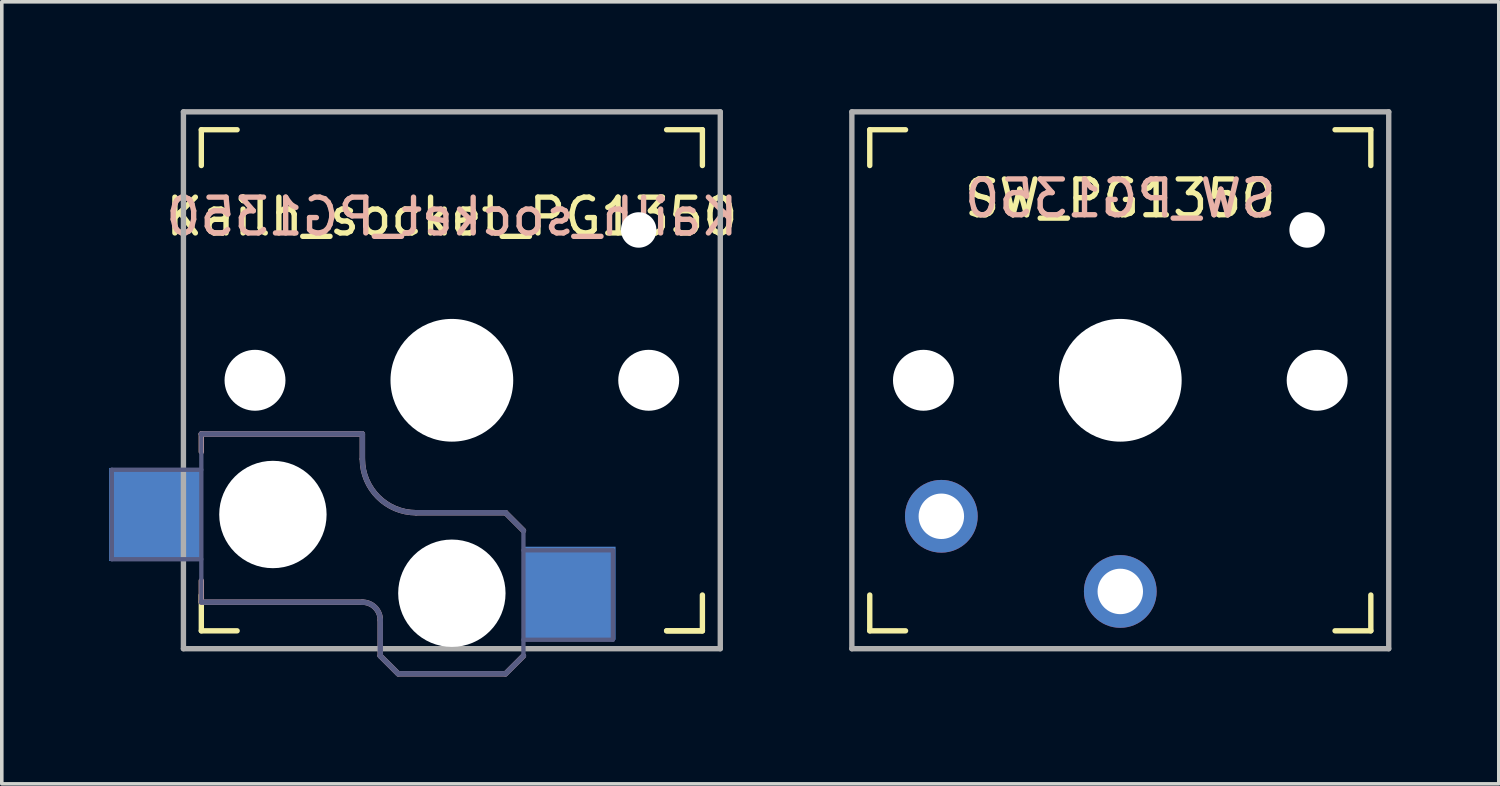
<source format=kicad_pcb>
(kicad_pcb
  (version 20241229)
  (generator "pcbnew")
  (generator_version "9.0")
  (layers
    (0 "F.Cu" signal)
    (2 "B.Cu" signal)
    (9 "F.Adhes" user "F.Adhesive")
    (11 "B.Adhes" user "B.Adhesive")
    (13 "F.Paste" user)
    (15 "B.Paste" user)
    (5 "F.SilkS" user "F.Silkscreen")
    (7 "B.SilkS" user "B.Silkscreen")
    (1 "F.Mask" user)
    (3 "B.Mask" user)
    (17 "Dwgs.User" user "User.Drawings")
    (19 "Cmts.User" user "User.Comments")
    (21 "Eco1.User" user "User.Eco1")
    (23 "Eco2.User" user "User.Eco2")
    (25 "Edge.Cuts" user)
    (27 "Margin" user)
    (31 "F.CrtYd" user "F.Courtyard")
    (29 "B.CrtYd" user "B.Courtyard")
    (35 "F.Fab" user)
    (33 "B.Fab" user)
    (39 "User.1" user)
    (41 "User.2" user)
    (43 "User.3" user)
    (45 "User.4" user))
  (footprint "SW_PG1350"
    (layer "F.Cu")
    (at 28.251 7.575)
    (property "Reference" "SW_PG1350" (at 0 -5.08 0) (layer "F.SilkS") (effects (font (size 1 1) (thickness 0.15))))
    (attr through_hole)
    (fp_line (start -7 -6) (end -7 -7) (stroke (width 0.15) (type solid)) (layer "F.SilkS"))
    (fp_line (start -7 7) (end -7 6) (stroke (width 0.15) (type solid)) (layer "F.SilkS"))
    (fp_line (start -7 7) (end -6 7) (stroke (width 0.15) (type solid)) (layer "F.SilkS"))
    (fp_line (start -6 -7) (end -7 -7) (stroke (width 0.15) (type solid)) (layer "F.SilkS"))
    (fp_line (start 6 7) (end 7 7) (stroke (width 0.15) (type solid)) (layer "F.SilkS"))
    (fp_line (start 7 -7) (end 6 -7) (stroke (width 0.15) (type solid)) (layer "F.SilkS"))
    (fp_line (start 7 -7) (end 7 -6) (stroke (width 0.15) (type solid)) (layer "F.SilkS"))
    (fp_line (start 7 6) (end 7 7) (stroke (width 0.15) (type solid)) (layer "F.SilkS"))
    (fp_line (start -6.9 6.9) (end -6.9 -6.9) (stroke (width 0.15) (type solid)) (layer "Eco2.User"))
    (fp_line (start -6.9 6.9) (end 6.9 6.9) (stroke (width 0.15) (type solid)) (layer "Eco2.User"))
    (fp_line (start -2.6 -3.1) (end -2.6 -6.3) (stroke (width 0.15) (type solid)) (layer "Eco2.User"))
    (fp_line (start -2.6 -3.1) (end 2.6 -3.1) (stroke (width 0.15) (type solid)) (layer "Eco2.User"))
    (fp_line (start 2.6 -6.3) (end -2.6 -6.3) (stroke (width 0.15) (type solid)) (layer "Eco2.User"))
    (fp_line (start 2.6 -3.1) (end 2.6 -6.3) (stroke (width 0.15) (type solid)) (layer "Eco2.User"))
    (fp_line (start 6.9 -6.9) (end -6.9 -6.9) (stroke (width 0.15) (type solid)) (layer "Eco2.User"))
    (fp_line (start 6.9 -6.9) (end 6.9 6.9) (stroke (width 0.15) (type solid)) (layer "Eco2.User"))
    (fp_line (start -7.5 -7.5) (end 7.5 -7.5) (stroke (width 0.15) (type solid)) (layer "F.Fab"))
    (fp_line (start -7.5 7.5) (end -7.5 -7.5) (stroke (width 0.15) (type solid)) (layer "F.Fab"))
    (fp_line (start 7.5 -7.5) (end 7.5 7.5) (stroke (width 0.15) (type solid)) (layer "F.Fab"))
    (fp_line (start 7.5 7.5) (end -7.5 7.5) (stroke (width 0.15) (type solid)) (layer "F.Fab"))
    (fp_text user "${REFERENCE}" (at 0 -5.08 0) (layer "B.SilkS") (effects (font (size 1 1) (thickness 0.15)) (justify mirror)))
    (pad "" np_thru_hole circle (at -5.5 0) (size 1.702 1.702) (drill 1.702) (layers "*.Cu" "*.Mask"))
    (pad "" np_thru_hole circle (at 0 0) (size 3.429 3.429) (drill 3.429) (layers "*.Cu" "*.Mask"))
    (pad "" np_thru_hole circle (at 5.22 -4.2) (size 0.991 0.991) (drill 0.991) (layers "*.Cu" "*.Mask"))
    (pad "" np_thru_hole circle (at 5.5 0) (size 1.702 1.702) (drill 1.702) (layers "*.Cu" "*.Mask"))
    (pad "1" thru_hole circle (at 0 5.9) (size 2.032 2.032) (drill 1.27) (layers "*.Cu" "*.Mask"))
    (pad "2" thru_hole circle (at -5 3.8) (size 2.032 2.032) (drill 1.27) (layers "*.Cu" "*.Mask")))
  (footprint "Kailh_socket_PG1350"
    (layer "F.Cu")
    (at 9.575 7.575)
    (property "Reference" "Kailh_socket_PG1350" (at 0 -4.572 0) (layer "F.SilkS") (effects (font (size 1 1) (thickness 0.15))))
    (attr smd)
    (fp_line (start -7 -6) (end -7 -7) (stroke (width 0.15) (type solid)) (layer "F.SilkS"))
    (fp_line (start -7 7) (end -7 6) (stroke (width 0.15) (type solid)) (layer "F.SilkS"))
    (fp_line (start -7 7) (end -6 7) (stroke (width 0.15) (type solid)) (layer "F.SilkS"))
    (fp_line (start -6 -7) (end -7 -7) (stroke (width 0.15) (type solid)) (layer "F.SilkS"))
    (fp_line (start 6 7) (end 7 7) (stroke (width 0.15) (type solid)) (layer "F.SilkS"))
    (fp_line (start 7 -7) (end 6 -7) (stroke (width 0.15) (type solid)) (layer "F.SilkS"))
    (fp_line (start 7 -7) (end 7 -6) (stroke (width 0.15) (type solid)) (layer "F.SilkS"))
    (fp_line (start 7 6) (end 7 7) (stroke (width 0.15) (type solid)) (layer "F.SilkS"))
    (fp_line (start 7 7) (end 6 7) (stroke (width 0.15) (type solid)) (layer "F.SilkS"))
    (fp_line (start -7 1.5) (end -7 2) (stroke (width 0.15) (type solid)) (layer "B.SilkS"))
    (fp_line (start -7 5.6) (end -7 6.2) (stroke (width 0.15) (type solid)) (layer "B.SilkS"))
    (fp_line (start -7 6.2) (end -2.5 6.2) (stroke (width 0.15) (type solid)) (layer "B.SilkS"))
    (fp_line (start -2.5 1.5) (end -7 1.5) (stroke (width 0.15) (type solid)) (layer "B.SilkS"))
    (fp_line (start -2.5 2.2) (end -2.5 1.5) (stroke (width 0.15) (type solid)) (layer "B.SilkS"))
    (fp_line (start -2 6.7) (end -2 7.7) (stroke (width 0.15) (type solid)) (layer "B.SilkS"))
    (fp_line (start -1.5 8.2) (end -2 7.7) (stroke (width 0.15) (type solid)) (layer "B.SilkS"))
    (fp_line (start 1.5 3.7) (end -1 3.7) (stroke (width 0.15) (type solid)) (layer "B.SilkS"))
    (fp_line (start 1.5 8.2) (end -1.5 8.2) (stroke (width 0.15) (type solid)) (layer "B.SilkS"))
    (fp_line (start 2 4.2) (end 1.5 3.7) (stroke (width 0.15) (type solid)) (layer "B.SilkS"))
    (fp_line (start 2 7.7) (end 1.5 8.2) (stroke (width 0.15) (type solid)) (layer "B.SilkS"))
    (fp_arc (start -2.5 6.2) (mid -2.146447 6.346447) (end -2 6.7) (stroke (width 0.15) (type solid)) (layer "B.SilkS"))
    (fp_arc (start -1 3.7) (mid -2.06066 3.26066) (end -2.5 2.2) (stroke (width 0.15) (type solid)) (layer "B.SilkS"))
    (fp_line (start -6.9 6.9) (end -6.9 -6.9) (stroke (width 0.15) (type solid)) (layer "Eco2.User"))
    (fp_line (start -6.9 6.9) (end 6.9 6.9) (stroke (width 0.15) (type solid)) (layer "Eco2.User"))
    (fp_line (start -2.6 -3.1) (end -2.6 -6.3) (stroke (width 0.15) (type solid)) (layer "Eco2.User"))
    (fp_line (start -2.6 -3.1) (end 2.6 -3.1) (stroke (width 0.15) (type solid)) (layer "Eco2.User"))
    (fp_line (start 2.6 -6.3) (end -2.6 -6.3) (stroke (width 0.15) (type solid)) (layer "Eco2.User"))
    (fp_line (start 2.6 -3.1) (end 2.6 -6.3) (stroke (width 0.15) (type solid)) (layer "Eco2.User"))
    (fp_line (start 6.9 -6.9) (end -6.9 -6.9) (stroke (width 0.15) (type solid)) (layer "Eco2.User"))
    (fp_line (start 6.9 -6.9) (end 6.9 6.9) (stroke (width 0.15) (type solid)) (layer "Eco2.User"))
    (fp_line (start -9.5 2.5) (end -7 2.5) (stroke (width 0.12) (type solid)) (layer "B.Fab"))
    (fp_line (start -9.5 5) (end -9.5 2.5) (stroke (width 0.12) (type solid)) (layer "B.Fab"))
    (fp_line (start -7 1.5) (end -7 6.2) (stroke (width 0.12) (type solid)) (layer "B.Fab"))
    (fp_line (start -7 5) (end -9.5 5) (stroke (width 0.12) (type solid)) (layer "B.Fab"))
    (fp_line (start -7 6.2) (end -2.5 6.2) (stroke (width 0.15) (type solid)) (layer "B.Fab"))
    (fp_line (start -2.5 1.5) (end -7 1.5) (stroke (width 0.15) (type solid)) (layer "B.Fab"))
    (fp_line (start -2.5 2.2) (end -2.5 1.5) (stroke (width 0.15) (type solid)) (layer "B.Fab"))
    (fp_line (start -2 6.7) (end -2 7.7) (stroke (width 0.15) (type solid)) (layer "B.Fab"))
    (fp_line (start -1.5 8.2) (end -2 7.7) (stroke (width 0.15) (type solid)) (layer "B.Fab"))
    (fp_line (start 1.5 3.7) (end -1 3.7) (stroke (width 0.15) (type solid)) (layer "B.Fab"))
    (fp_line (start 1.5 8.2) (end -1.5 8.2) (stroke (width 0.15) (type solid)) (layer "B.Fab"))
    (fp_line (start 2 4.2) (end 1.5 3.7) (stroke (width 0.15) (type solid)) (layer "B.Fab"))
    (fp_line (start 2 4.25) (end 2 7.7) (stroke (width 0.12) (type solid)) (layer "B.Fab"))
    (fp_line (start 2 4.75) (end 4.5 4.75) (stroke (width 0.12) (type solid)) (layer "B.Fab"))
    (fp_line (start 2 7.7) (end 1.5 8.2) (stroke (width 0.15) (type solid)) (layer "B.Fab"))
    (fp_line (start 4.5 4.75) (end 4.5 7.25) (stroke (width 0.12) (type solid)) (layer "B.Fab"))
    (fp_line (start 4.5 7.25) (end 2 7.25) (stroke (width 0.12) (type solid)) (layer "B.Fab"))
    (fp_arc (start -2.5 6.2) (mid -2.146447 6.346447) (end -2 6.7) (stroke (width 0.15) (type solid)) (layer "B.Fab"))
    (fp_arc (start -1 3.7) (mid -2.06066 3.26066) (end -2.5 2.2) (stroke (width 0.15) (type solid)) (layer "B.Fab"))
    (fp_line (start -7.5 -7.5) (end 7.5 -7.5) (stroke (width 0.15) (type solid)) (layer "F.Fab"))
    (fp_line (start -7.5 7.5) (end -7.5 -7.5) (stroke (width 0.15) (type solid)) (layer "F.Fab"))
    (fp_line (start 7.5 -7.5) (end 7.5 7.5) (stroke (width 0.15) (type solid)) (layer "F.Fab"))
    (fp_line (start 7.5 7.5) (end -7.5 7.5) (stroke (width 0.15) (type solid)) (layer "F.Fab"))
    (fp_text user "${REFERENCE}" (at 0 -4.572 0) (layer "B.SilkS") (effects (font (size 1 1) (thickness 0.15)) (justify mirror)))
    (pad "" np_thru_hole circle (at -5.5 0) (size 1.702 1.702) (drill 1.702) (layers "*.Cu" "*.Mask"))
    (pad "" np_thru_hole circle (at -5 3.75) (size 3 3) (drill 3) (layers "*.Cu" "*.Mask"))
    (pad "" np_thru_hole circle (at 0 0) (size 3.429 3.429) (drill 3.429) (layers "*.Cu" "*.Mask"))
    (pad "" np_thru_hole circle (at 0 5.95) (size 3 3) (drill 3) (layers "*.Cu" "*.Mask"))
    (pad "" np_thru_hole circle (at 5.22 -4.2) (size 0.991 0.991) (drill 0.991) (layers "*.Cu" "*.Mask"))
    (pad "" np_thru_hole circle (at 5.5 0) (size 1.702 1.702) (drill 1.702) (layers "*.Cu" "*.Mask"))
    (pad "1" smd rect (at 3.275 5.95) (size 2.6 2.6) (layers "B.Cu" "B.Mask" "B.Paste"))
    (pad "2" smd rect (at -8.275 3.75) (size 2.6 2.6) (layers "B.Cu" "B.Mask" "B.Paste")))
  (gr_rect
    (start -3 -3)
    (end 38.826 18.85)
    (stroke (width 0.1) (type default))
    (fill no)
    (layer "Edge.Cuts")))
</source>
